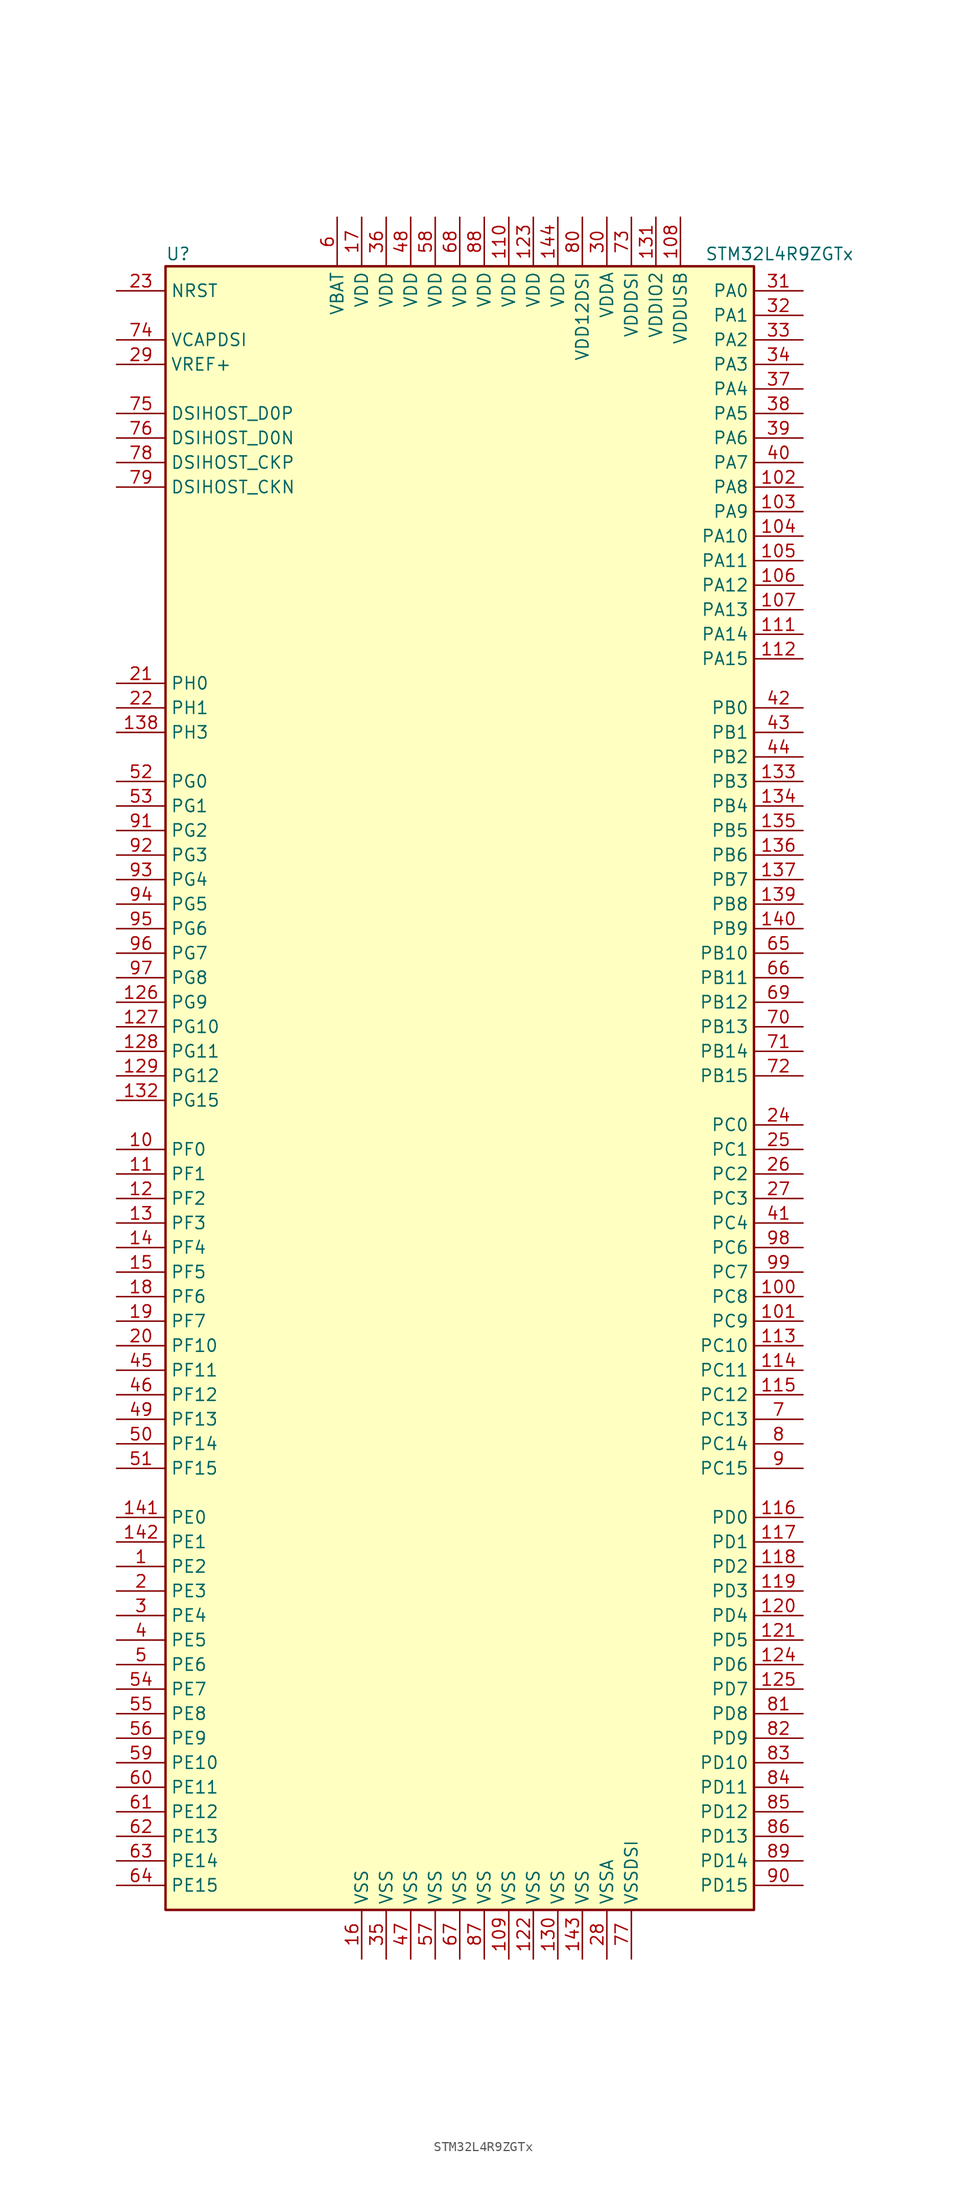
<source format=kicad_sym>
(kicad_symbol_lib
  (version 20201005)
  (generator kicad_symbol_editor)
  (symbol "MCU_ST_STM32L4+:STM32L4R9ZGTx"
    (property "Reference" "U"
      (at -30.48 85.09 0)
      (effects (font (size 1.27 1.27)) (justify left)))
    (property "Value" "STM32L4R9ZGTx"
      (at 25.4 85.09 0)
      (effects (font (size 1.27 1.27)) (justify left)))
    (symbol "STM32L4R9ZGTx_0_1"
      (rectangle (start -30.48 -86.36) (end 30.48 83.82) (stroke (width 0.254)) (fill (type background))))
    (symbol "STM32L4R9ZGTx_1_1"
      (pin bidirectional line (at -35.56 60.96 0) (length 5.08) (name "DSIHOST_CKN" (effects (font (size 1.27 1.27)))) (number "79" (effects (font (size 1.27 1.27)))))
      (pin bidirectional line (at -35.56 63.5 0) (length 5.08) (name "DSIHOST_CKP" (effects (font (size 1.27 1.27)))) (number "78" (effects (font (size 1.27 1.27)))))
      (pin bidirectional line (at -35.56 66.04 0) (length 5.08) (name "DSIHOST_D0N" (effects (font (size 1.27 1.27)))) (number "76" (effects (font (size 1.27 1.27)))))
      (pin bidirectional line (at -35.56 68.58 0) (length 5.08) (name "DSIHOST_D0P" (effects (font (size 1.27 1.27)))) (number "75" (effects (font (size 1.27 1.27)))))
      (pin input line (at -35.56 81.28 0) (length 5.08) (name "NRST" (effects (font (size 1.27 1.27)))) (number "23" (effects (font (size 1.27 1.27)))))
      (pin bidirectional line (at 35.56 81.28 180) (length 5.08) (name "PA0" (effects (font (size 1.27 1.27)))) (number "31" (effects (font (size 1.27 1.27)))))
      (pin bidirectional line (at 35.56 78.74 180) (length 5.08) (name "PA1" (effects (font (size 1.27 1.27)))) (number "32" (effects (font (size 1.27 1.27)))))
      (pin bidirectional line (at 35.56 55.88 180) (length 5.08) (name "PA10" (effects (font (size 1.27 1.27)))) (number "104" (effects (font (size 1.27 1.27)))))
      (pin bidirectional line (at 35.56 53.34 180) (length 5.08) (name "PA11" (effects (font (size 1.27 1.27)))) (number "105" (effects (font (size 1.27 1.27)))))
      (pin bidirectional line (at 35.56 50.8 180) (length 5.08) (name "PA12" (effects (font (size 1.27 1.27)))) (number "106" (effects (font (size 1.27 1.27)))))
      (pin bidirectional line (at 35.56 48.26 180) (length 5.08) (name "PA13" (effects (font (size 1.27 1.27)))) (number "107" (effects (font (size 1.27 1.27)))))
      (pin bidirectional line (at 35.56 45.72 180) (length 5.08) (name "PA14" (effects (font (size 1.27 1.27)))) (number "111" (effects (font (size 1.27 1.27)))))
      (pin bidirectional line (at 35.56 43.18 180) (length 5.08) (name "PA15" (effects (font (size 1.27 1.27)))) (number "112" (effects (font (size 1.27 1.27)))))
      (pin bidirectional line (at 35.56 76.2 180) (length 5.08) (name "PA2" (effects (font (size 1.27 1.27)))) (number "33" (effects (font (size 1.27 1.27)))))
      (pin bidirectional line (at 35.56 73.66 180) (length 5.08) (name "PA3" (effects (font (size 1.27 1.27)))) (number "34" (effects (font (size 1.27 1.27)))))
      (pin bidirectional line (at 35.56 71.12 180) (length 5.08) (name "PA4" (effects (font (size 1.27 1.27)))) (number "37" (effects (font (size 1.27 1.27)))))
      (pin bidirectional line (at 35.56 68.58 180) (length 5.08) (name "PA5" (effects (font (size 1.27 1.27)))) (number "38" (effects (font (size 1.27 1.27)))))
      (pin bidirectional line (at 35.56 66.04 180) (length 5.08) (name "PA6" (effects (font (size 1.27 1.27)))) (number "39" (effects (font (size 1.27 1.27)))))
      (pin bidirectional line (at 35.56 63.5 180) (length 5.08) (name "PA7" (effects (font (size 1.27 1.27)))) (number "40" (effects (font (size 1.27 1.27)))))
      (pin bidirectional line (at 35.56 60.96 180) (length 5.08) (name "PA8" (effects (font (size 1.27 1.27)))) (number "102" (effects (font (size 1.27 1.27)))))
      (pin bidirectional line (at 35.56 58.42 180) (length 5.08) (name "PA9" (effects (font (size 1.27 1.27)))) (number "103" (effects (font (size 1.27 1.27)))))
      (pin bidirectional line (at 35.56 38.1 180) (length 5.08) (name "PB0" (effects (font (size 1.27 1.27)))) (number "42" (effects (font (size 1.27 1.27)))))
      (pin bidirectional line (at 35.56 35.56 180) (length 5.08) (name "PB1" (effects (font (size 1.27 1.27)))) (number "43" (effects (font (size 1.27 1.27)))))
      (pin bidirectional line (at 35.56 12.7 180) (length 5.08) (name "PB10" (effects (font (size 1.27 1.27)))) (number "65" (effects (font (size 1.27 1.27)))))
      (pin bidirectional line (at 35.56 10.16 180) (length 5.08) (name "PB11" (effects (font (size 1.27 1.27)))) (number "66" (effects (font (size 1.27 1.27)))))
      (pin bidirectional line (at 35.56 7.62 180) (length 5.08) (name "PB12" (effects (font (size 1.27 1.27)))) (number "69" (effects (font (size 1.27 1.27)))))
      (pin bidirectional line (at 35.56 5.08 180) (length 5.08) (name "PB13" (effects (font (size 1.27 1.27)))) (number "70" (effects (font (size 1.27 1.27)))))
      (pin bidirectional line (at 35.56 2.54 180) (length 5.08) (name "PB14" (effects (font (size 1.27 1.27)))) (number "71" (effects (font (size 1.27 1.27)))))
      (pin bidirectional line (at 35.56 0 180) (length 5.08) (name "PB15" (effects (font (size 1.27 1.27)))) (number "72" (effects (font (size 1.27 1.27)))))
      (pin bidirectional line (at 35.56 33.02 180) (length 5.08) (name "PB2" (effects (font (size 1.27 1.27)))) (number "44" (effects (font (size 1.27 1.27)))))
      (pin bidirectional line (at 35.56 30.48 180) (length 5.08) (name "PB3" (effects (font (size 1.27 1.27)))) (number "133" (effects (font (size 1.27 1.27)))))
      (pin bidirectional line (at 35.56 27.94 180) (length 5.08) (name "PB4" (effects (font (size 1.27 1.27)))) (number "134" (effects (font (size 1.27 1.27)))))
      (pin bidirectional line (at 35.56 25.4 180) (length 5.08) (name "PB5" (effects (font (size 1.27 1.27)))) (number "135" (effects (font (size 1.27 1.27)))))
      (pin bidirectional line (at 35.56 22.86 180) (length 5.08) (name "PB6" (effects (font (size 1.27 1.27)))) (number "136" (effects (font (size 1.27 1.27)))))
      (pin bidirectional line (at 35.56 20.32 180) (length 5.08) (name "PB7" (effects (font (size 1.27 1.27)))) (number "137" (effects (font (size 1.27 1.27)))))
      (pin bidirectional line (at 35.56 17.78 180) (length 5.08) (name "PB8" (effects (font (size 1.27 1.27)))) (number "139" (effects (font (size 1.27 1.27)))))
      (pin bidirectional line (at 35.56 15.24 180) (length 5.08) (name "PB9" (effects (font (size 1.27 1.27)))) (number "140" (effects (font (size 1.27 1.27)))))
      (pin bidirectional line (at 35.56 -5.08 180) (length 5.08) (name "PC0" (effects (font (size 1.27 1.27)))) (number "24" (effects (font (size 1.27 1.27)))))
      (pin bidirectional line (at 35.56 -7.62 180) (length 5.08) (name "PC1" (effects (font (size 1.27 1.27)))) (number "25" (effects (font (size 1.27 1.27)))))
      (pin bidirectional line (at 35.56 -27.94 180) (length 5.08) (name "PC10" (effects (font (size 1.27 1.27)))) (number "113" (effects (font (size 1.27 1.27)))))
      (pin bidirectional line (at 35.56 -30.48 180) (length 5.08) (name "PC11" (effects (font (size 1.27 1.27)))) (number "114" (effects (font (size 1.27 1.27)))))
      (pin bidirectional line (at 35.56 -33.02 180) (length 5.08) (name "PC12" (effects (font (size 1.27 1.27)))) (number "115" (effects (font (size 1.27 1.27)))))
      (pin bidirectional line (at 35.56 -35.56 180) (length 5.08) (name "PC13" (effects (font (size 1.27 1.27)))) (number "7" (effects (font (size 1.27 1.27)))))
      (pin bidirectional line (at 35.56 -38.1 180) (length 5.08) (name "PC14" (effects (font (size 1.27 1.27)))) (number "8" (effects (font (size 1.27 1.27)))))
      (pin bidirectional line (at 35.56 -40.64 180) (length 5.08) (name "PC15" (effects (font (size 1.27 1.27)))) (number "9" (effects (font (size 1.27 1.27)))))
      (pin bidirectional line (at 35.56 -10.16 180) (length 5.08) (name "PC2" (effects (font (size 1.27 1.27)))) (number "26" (effects (font (size 1.27 1.27)))))
      (pin bidirectional line (at 35.56 -12.7 180) (length 5.08) (name "PC3" (effects (font (size 1.27 1.27)))) (number "27" (effects (font (size 1.27 1.27)))))
      (pin bidirectional line (at 35.56 -15.24 180) (length 5.08) (name "PC4" (effects (font (size 1.27 1.27)))) (number "41" (effects (font (size 1.27 1.27)))))
      (pin bidirectional line (at 35.56 -17.78 180) (length 5.08) (name "PC6" (effects (font (size 1.27 1.27)))) (number "98" (effects (font (size 1.27 1.27)))))
      (pin bidirectional line (at 35.56 -20.32 180) (length 5.08) (name "PC7" (effects (font (size 1.27 1.27)))) (number "99" (effects (font (size 1.27 1.27)))))
      (pin bidirectional line (at 35.56 -22.86 180) (length 5.08) (name "PC8" (effects (font (size 1.27 1.27)))) (number "100" (effects (font (size 1.27 1.27)))))
      (pin bidirectional line (at 35.56 -25.4 180) (length 5.08) (name "PC9" (effects (font (size 1.27 1.27)))) (number "101" (effects (font (size 1.27 1.27)))))
      (pin bidirectional line (at 35.56 -45.72 180) (length 5.08) (name "PD0" (effects (font (size 1.27 1.27)))) (number "116" (effects (font (size 1.27 1.27)))))
      (pin bidirectional line (at 35.56 -48.26 180) (length 5.08) (name "PD1" (effects (font (size 1.27 1.27)))) (number "117" (effects (font (size 1.27 1.27)))))
      (pin bidirectional line (at 35.56 -71.12 180) (length 5.08) (name "PD10" (effects (font (size 1.27 1.27)))) (number "83" (effects (font (size 1.27 1.27)))))
      (pin bidirectional line (at 35.56 -73.66 180) (length 5.08) (name "PD11" (effects (font (size 1.27 1.27)))) (number "84" (effects (font (size 1.27 1.27)))))
      (pin bidirectional line (at 35.56 -76.2 180) (length 5.08) (name "PD12" (effects (font (size 1.27 1.27)))) (number "85" (effects (font (size 1.27 1.27)))))
      (pin bidirectional line (at 35.56 -78.74 180) (length 5.08) (name "PD13" (effects (font (size 1.27 1.27)))) (number "86" (effects (font (size 1.27 1.27)))))
      (pin bidirectional line (at 35.56 -81.28 180) (length 5.08) (name "PD14" (effects (font (size 1.27 1.27)))) (number "89" (effects (font (size 1.27 1.27)))))
      (pin bidirectional line (at 35.56 -83.82 180) (length 5.08) (name "PD15" (effects (font (size 1.27 1.27)))) (number "90" (effects (font (size 1.27 1.27)))))
      (pin bidirectional line (at 35.56 -50.8 180) (length 5.08) (name "PD2" (effects (font (size 1.27 1.27)))) (number "118" (effects (font (size 1.27 1.27)))))
      (pin bidirectional line (at 35.56 -53.34 180) (length 5.08) (name "PD3" (effects (font (size 1.27 1.27)))) (number "119" (effects (font (size 1.27 1.27)))))
      (pin bidirectional line (at 35.56 -55.88 180) (length 5.08) (name "PD4" (effects (font (size 1.27 1.27)))) (number "120" (effects (font (size 1.27 1.27)))))
      (pin bidirectional line (at 35.56 -58.42 180) (length 5.08) (name "PD5" (effects (font (size 1.27 1.27)))) (number "121" (effects (font (size 1.27 1.27)))))
      (pin bidirectional line (at 35.56 -60.96 180) (length 5.08) (name "PD6" (effects (font (size 1.27 1.27)))) (number "124" (effects (font (size 1.27 1.27)))))
      (pin bidirectional line (at 35.56 -63.5 180) (length 5.08) (name "PD7" (effects (font (size 1.27 1.27)))) (number "125" (effects (font (size 1.27 1.27)))))
      (pin bidirectional line (at 35.56 -66.04 180) (length 5.08) (name "PD8" (effects (font (size 1.27 1.27)))) (number "81" (effects (font (size 1.27 1.27)))))
      (pin bidirectional line (at 35.56 -68.58 180) (length 5.08) (name "PD9" (effects (font (size 1.27 1.27)))) (number "82" (effects (font (size 1.27 1.27)))))
      (pin bidirectional line (at -35.56 -45.72 0) (length 5.08) (name "PE0" (effects (font (size 1.27 1.27)))) (number "141" (effects (font (size 1.27 1.27)))))
      (pin bidirectional line (at -35.56 -48.26 0) (length 5.08) (name "PE1" (effects (font (size 1.27 1.27)))) (number "142" (effects (font (size 1.27 1.27)))))
      (pin bidirectional line (at -35.56 -71.12 0) (length 5.08) (name "PE10" (effects (font (size 1.27 1.27)))) (number "59" (effects (font (size 1.27 1.27)))))
      (pin bidirectional line (at -35.56 -73.66 0) (length 5.08) (name "PE11" (effects (font (size 1.27 1.27)))) (number "60" (effects (font (size 1.27 1.27)))))
      (pin bidirectional line (at -35.56 -76.2 0) (length 5.08) (name "PE12" (effects (font (size 1.27 1.27)))) (number "61" (effects (font (size 1.27 1.27)))))
      (pin bidirectional line (at -35.56 -78.74 0) (length 5.08) (name "PE13" (effects (font (size 1.27 1.27)))) (number "62" (effects (font (size 1.27 1.27)))))
      (pin bidirectional line (at -35.56 -81.28 0) (length 5.08) (name "PE14" (effects (font (size 1.27 1.27)))) (number "63" (effects (font (size 1.27 1.27)))))
      (pin bidirectional line (at -35.56 -83.82 0) (length 5.08) (name "PE15" (effects (font (size 1.27 1.27)))) (number "64" (effects (font (size 1.27 1.27)))))
      (pin bidirectional line (at -35.56 -50.8 0) (length 5.08) (name "PE2" (effects (font (size 1.27 1.27)))) (number "1" (effects (font (size 1.27 1.27)))))
      (pin bidirectional line (at -35.56 -53.34 0) (length 5.08) (name "PE3" (effects (font (size 1.27 1.27)))) (number "2" (effects (font (size 1.27 1.27)))))
      (pin bidirectional line (at -35.56 -55.88 0) (length 5.08) (name "PE4" (effects (font (size 1.27 1.27)))) (number "3" (effects (font (size 1.27 1.27)))))
      (pin bidirectional line (at -35.56 -58.42 0) (length 5.08) (name "PE5" (effects (font (size 1.27 1.27)))) (number "4" (effects (font (size 1.27 1.27)))))
      (pin bidirectional line (at -35.56 -60.96 0) (length 5.08) (name "PE6" (effects (font (size 1.27 1.27)))) (number "5" (effects (font (size 1.27 1.27)))))
      (pin bidirectional line (at -35.56 -63.5 0) (length 5.08) (name "PE7" (effects (font (size 1.27 1.27)))) (number "54" (effects (font (size 1.27 1.27)))))
      (pin bidirectional line (at -35.56 -66.04 0) (length 5.08) (name "PE8" (effects (font (size 1.27 1.27)))) (number "55" (effects (font (size 1.27 1.27)))))
      (pin bidirectional line (at -35.56 -68.58 0) (length 5.08) (name "PE9" (effects (font (size 1.27 1.27)))) (number "56" (effects (font (size 1.27 1.27)))))
      (pin bidirectional line (at -35.56 -7.62 0) (length 5.08) (name "PF0" (effects (font (size 1.27 1.27)))) (number "10" (effects (font (size 1.27 1.27)))))
      (pin bidirectional line (at -35.56 -10.16 0) (length 5.08) (name "PF1" (effects (font (size 1.27 1.27)))) (number "11" (effects (font (size 1.27 1.27)))))
      (pin bidirectional line (at -35.56 -27.94 0) (length 5.08) (name "PF10" (effects (font (size 1.27 1.27)))) (number "20" (effects (font (size 1.27 1.27)))))
      (pin bidirectional line (at -35.56 -30.48 0) (length 5.08) (name "PF11" (effects (font (size 1.27 1.27)))) (number "45" (effects (font (size 1.27 1.27)))))
      (pin bidirectional line (at -35.56 -33.02 0) (length 5.08) (name "PF12" (effects (font (size 1.27 1.27)))) (number "46" (effects (font (size 1.27 1.27)))))
      (pin bidirectional line (at -35.56 -35.56 0) (length 5.08) (name "PF13" (effects (font (size 1.27 1.27)))) (number "49" (effects (font (size 1.27 1.27)))))
      (pin bidirectional line (at -35.56 -38.1 0) (length 5.08) (name "PF14" (effects (font (size 1.27 1.27)))) (number "50" (effects (font (size 1.27 1.27)))))
      (pin bidirectional line (at -35.56 -40.64 0) (length 5.08) (name "PF15" (effects (font (size 1.27 1.27)))) (number "51" (effects (font (size 1.27 1.27)))))
      (pin bidirectional line (at -35.56 -12.7 0) (length 5.08) (name "PF2" (effects (font (size 1.27 1.27)))) (number "12" (effects (font (size 1.27 1.27)))))
      (pin bidirectional line (at -35.56 -15.24 0) (length 5.08) (name "PF3" (effects (font (size 1.27 1.27)))) (number "13" (effects (font (size 1.27 1.27)))))
      (pin bidirectional line (at -35.56 -17.78 0) (length 5.08) (name "PF4" (effects (font (size 1.27 1.27)))) (number "14" (effects (font (size 1.27 1.27)))))
      (pin bidirectional line (at -35.56 -20.32 0) (length 5.08) (name "PF5" (effects (font (size 1.27 1.27)))) (number "15" (effects (font (size 1.27 1.27)))))
      (pin bidirectional line (at -35.56 -22.86 0) (length 5.08) (name "PF6" (effects (font (size 1.27 1.27)))) (number "18" (effects (font (size 1.27 1.27)))))
      (pin bidirectional line (at -35.56 -25.4 0) (length 5.08) (name "PF7" (effects (font (size 1.27 1.27)))) (number "19" (effects (font (size 1.27 1.27)))))
      (pin bidirectional line (at -35.56 30.48 0) (length 5.08) (name "PG0" (effects (font (size 1.27 1.27)))) (number "52" (effects (font (size 1.27 1.27)))))
      (pin bidirectional line (at -35.56 27.94 0) (length 5.08) (name "PG1" (effects (font (size 1.27 1.27)))) (number "53" (effects (font (size 1.27 1.27)))))
      (pin bidirectional line (at -35.56 5.08 0) (length 5.08) (name "PG10" (effects (font (size 1.27 1.27)))) (number "127" (effects (font (size 1.27 1.27)))))
      (pin bidirectional line (at -35.56 2.54 0) (length 5.08) (name "PG11" (effects (font (size 1.27 1.27)))) (number "128" (effects (font (size 1.27 1.27)))))
      (pin bidirectional line (at -35.56 0 0) (length 5.08) (name "PG12" (effects (font (size 1.27 1.27)))) (number "129" (effects (font (size 1.27 1.27)))))
      (pin bidirectional line (at -35.56 -2.54 0) (length 5.08) (name "PG15" (effects (font (size 1.27 1.27)))) (number "132" (effects (font (size 1.27 1.27)))))
      (pin bidirectional line (at -35.56 25.4 0) (length 5.08) (name "PG2" (effects (font (size 1.27 1.27)))) (number "91" (effects (font (size 1.27 1.27)))))
      (pin bidirectional line (at -35.56 22.86 0) (length 5.08) (name "PG3" (effects (font (size 1.27 1.27)))) (number "92" (effects (font (size 1.27 1.27)))))
      (pin bidirectional line (at -35.56 20.32 0) (length 5.08) (name "PG4" (effects (font (size 1.27 1.27)))) (number "93" (effects (font (size 1.27 1.27)))))
      (pin bidirectional line (at -35.56 17.78 0) (length 5.08) (name "PG5" (effects (font (size 1.27 1.27)))) (number "94" (effects (font (size 1.27 1.27)))))
      (pin bidirectional line (at -35.56 15.24 0) (length 5.08) (name "PG6" (effects (font (size 1.27 1.27)))) (number "95" (effects (font (size 1.27 1.27)))))
      (pin bidirectional line (at -35.56 12.7 0) (length 5.08) (name "PG7" (effects (font (size 1.27 1.27)))) (number "96" (effects (font (size 1.27 1.27)))))
      (pin bidirectional line (at -35.56 10.16 0) (length 5.08) (name "PG8" (effects (font (size 1.27 1.27)))) (number "97" (effects (font (size 1.27 1.27)))))
      (pin bidirectional line (at -35.56 7.62 0) (length 5.08) (name "PG9" (effects (font (size 1.27 1.27)))) (number "126" (effects (font (size 1.27 1.27)))))
      (pin input line (at -35.56 40.64 0) (length 5.08) (name "PH0" (effects (font (size 1.27 1.27)))) (number "21" (effects (font (size 1.27 1.27)))))
      (pin input line (at -35.56 38.1 0) (length 5.08) (name "PH1" (effects (font (size 1.27 1.27)))) (number "22" (effects (font (size 1.27 1.27)))))
      (pin bidirectional line (at -35.56 35.56 0) (length 5.08) (name "PH3" (effects (font (size 1.27 1.27)))) (number "138" (effects (font (size 1.27 1.27)))))
      (pin power_in line (at -12.7 88.9 270) (length 5.08) (name "VBAT" (effects (font (size 1.27 1.27)))) (number "6" (effects (font (size 1.27 1.27)))))
      (pin power_in line (at -35.56 76.2 0) (length 5.08) (name "VCAPDSI" (effects (font (size 1.27 1.27)))) (number "74" (effects (font (size 1.27 1.27)))))
      (pin power_in line (at 5.08 88.9 270) (length 5.08) (name "VDD" (effects (font (size 1.27 1.27)))) (number "110" (effects (font (size 1.27 1.27)))))
      (pin power_in line (at 7.62 88.9 270) (length 5.08) (name "VDD" (effects (font (size 1.27 1.27)))) (number "123" (effects (font (size 1.27 1.27)))))
      (pin power_in line (at 10.16 88.9 270) (length 5.08) (name "VDD" (effects (font (size 1.27 1.27)))) (number "144" (effects (font (size 1.27 1.27)))))
      (pin power_in line (at -10.16 88.9 270) (length 5.08) (name "VDD" (effects (font (size 1.27 1.27)))) (number "17" (effects (font (size 1.27 1.27)))))
      (pin power_in line (at -7.62 88.9 270) (length 5.08) (name "VDD" (effects (font (size 1.27 1.27)))) (number "36" (effects (font (size 1.27 1.27)))))
      (pin power_in line (at -5.08 88.9 270) (length 5.08) (name "VDD" (effects (font (size 1.27 1.27)))) (number "48" (effects (font (size 1.27 1.27)))))
      (pin power_in line (at -2.54 88.9 270) (length 5.08) (name "VDD" (effects (font (size 1.27 1.27)))) (number "58" (effects (font (size 1.27 1.27)))))
      (pin power_in line (at 0 88.9 270) (length 5.08) (name "VDD" (effects (font (size 1.27 1.27)))) (number "68" (effects (font (size 1.27 1.27)))))
      (pin power_in line (at 2.54 88.9 270) (length 5.08) (name "VDD" (effects (font (size 1.27 1.27)))) (number "88" (effects (font (size 1.27 1.27)))))
      (pin power_in line (at 12.7 88.9 270) (length 5.08) (name "VDD12DSI" (effects (font (size 1.27 1.27)))) (number "80" (effects (font (size 1.27 1.27)))))
      (pin power_in line (at 15.24 88.9 270) (length 5.08) (name "VDDA" (effects (font (size 1.27 1.27)))) (number "30" (effects (font (size 1.27 1.27)))))
      (pin power_in line (at 17.78 88.9 270) (length 5.08) (name "VDDDSI" (effects (font (size 1.27 1.27)))) (number "73" (effects (font (size 1.27 1.27)))))
      (pin power_in line (at 20.32 88.9 270) (length 5.08) (name "VDDIO2" (effects (font (size 1.27 1.27)))) (number "131" (effects (font (size 1.27 1.27)))))
      (pin power_in line (at 22.86 88.9 270) (length 5.08) (name "VDDUSB" (effects (font (size 1.27 1.27)))) (number "108" (effects (font (size 1.27 1.27)))))
      (pin bidirectional line (at -35.56 73.66 0) (length 5.08) (name "VREF+" (effects (font (size 1.27 1.27)))) (number "29" (effects (font (size 1.27 1.27)))))
      (pin power_in line (at 5.08 -91.44 90) (length 5.08) (name "VSS" (effects (font (size 1.27 1.27)))) (number "109" (effects (font (size 1.27 1.27)))))
      (pin power_in line (at 7.62 -91.44 90) (length 5.08) (name "VSS" (effects (font (size 1.27 1.27)))) (number "122" (effects (font (size 1.27 1.27)))))
      (pin power_in line (at 10.16 -91.44 90) (length 5.08) (name "VSS" (effects (font (size 1.27 1.27)))) (number "130" (effects (font (size 1.27 1.27)))))
      (pin power_in line (at 12.7 -91.44 90) (length 5.08) (name "VSS" (effects (font (size 1.27 1.27)))) (number "143" (effects (font (size 1.27 1.27)))))
      (pin power_in line (at -10.16 -91.44 90) (length 5.08) (name "VSS" (effects (font (size 1.27 1.27)))) (number "16" (effects (font (size 1.27 1.27)))))
      (pin power_in line (at -7.62 -91.44 90) (length 5.08) (name "VSS" (effects (font (size 1.27 1.27)))) (number "35" (effects (font (size 1.27 1.27)))))
      (pin power_in line (at -5.08 -91.44 90) (length 5.08) (name "VSS" (effects (font (size 1.27 1.27)))) (number "47" (effects (font (size 1.27 1.27)))))
      (pin power_in line (at -2.54 -91.44 90) (length 5.08) (name "VSS" (effects (font (size 1.27 1.27)))) (number "57" (effects (font (size 1.27 1.27)))))
      (pin power_in line (at 0 -91.44 90) (length 5.08) (name "VSS" (effects (font (size 1.27 1.27)))) (number "67" (effects (font (size 1.27 1.27)))))
      (pin power_in line (at 2.54 -91.44 90) (length 5.08) (name "VSS" (effects (font (size 1.27 1.27)))) (number "87" (effects (font (size 1.27 1.27)))))
      (pin power_in line (at 15.24 -91.44 90) (length 5.08) (name "VSSA" (effects (font (size 1.27 1.27)))) (number "28" (effects (font (size 1.27 1.27)))))
      (pin power_in line (at 17.78 -91.44 90) (length 5.08) (name "VSSDSI" (effects (font (size 1.27 1.27)))) (number "77" (effects (font (size 1.27 1.27))))))))
</source>
